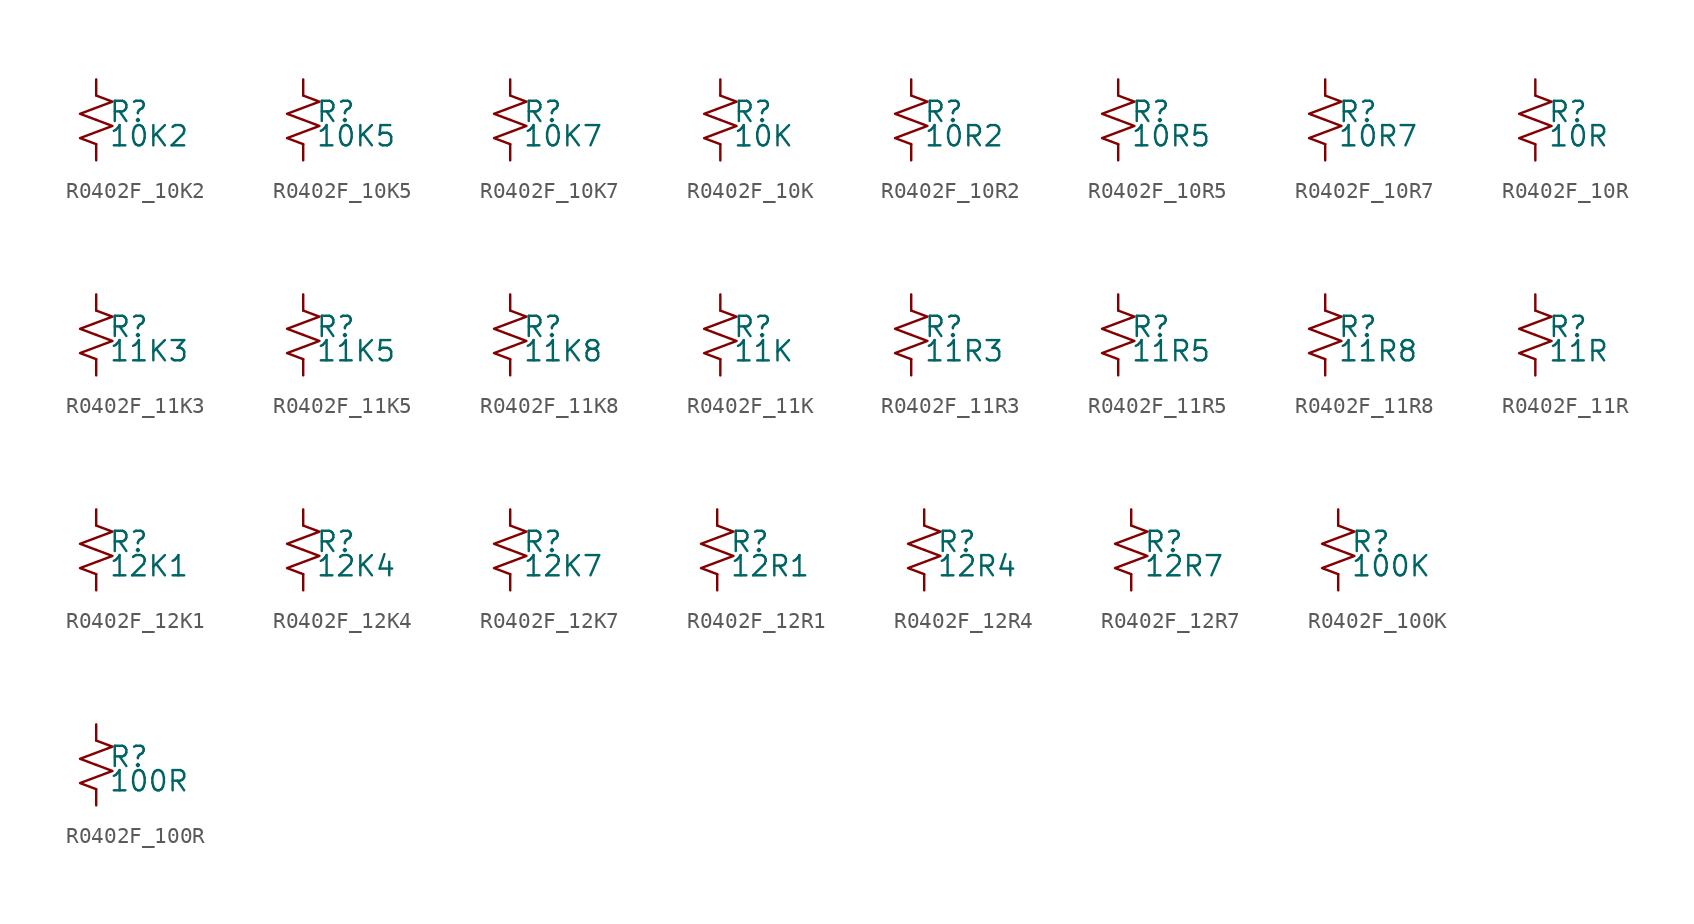
<source format=kicad_sym>
(kicad_symbol_lib
  (version 20220914)
  (generator kicad_symbol_editor)
  (symbol "R0402F_10K2"
    (pin_numbers hide)
    (pin_names
      (offset 0.254) hide)
    (property "Reference" "R"
      (at 0.762 0.508 0)
      (effects (font (size 1.27 1.27)) (justify left)))
    (property "Value" "10K2"
      (at 0.762 -1.016 0)
      (effects (font (size 1.27 1.27)) (justify left)))
    (symbol "R0402F_10K2_1_1"
      (polyline (pts (xy 0 0) (xy 1.016 -0.381) (xy 0 -0.762) (xy -1.016 -1.143) (xy 0 -1.524)) (stroke (width 0) (type default)) (fill (type none)))
      (polyline (pts (xy 0 1.524) (xy 1.016 1.143) (xy 0 0.762) (xy -1.016 0.381) (xy 0 0)) (stroke (width 0) (type default)) (fill (type none)))
      (pin passive line (at 0 2.54 270) (length 1.016) (name "~" (effects (font (size 1.27 1.27)))) (number "1" (effects (font (size 1.27 1.27)))))
      (pin passive line (at 0 -2.54 90) (length 1.016) (name "~" (effects (font (size 1.27 1.27)))) (number "2" (effects (font (size 1.27 1.27)))))))
  (symbol "R0402F_10K5"
    (pin_numbers hide)
    (pin_names
      (offset 0.254) hide)
    (property "Reference" "R"
      (at 0.762 0.508 0)
      (effects (font (size 1.27 1.27)) (justify left)))
    (property "Value" "10K5"
      (at 0.762 -1.016 0)
      (effects (font (size 1.27 1.27)) (justify left)))
    (symbol "R0402F_10K5_1_1"
      (polyline (pts (xy 0 0) (xy 1.016 -0.381) (xy 0 -0.762) (xy -1.016 -1.143) (xy 0 -1.524)) (stroke (width 0) (type default)) (fill (type none)))
      (polyline (pts (xy 0 1.524) (xy 1.016 1.143) (xy 0 0.762) (xy -1.016 0.381) (xy 0 0)) (stroke (width 0) (type default)) (fill (type none)))
      (pin passive line (at 0 2.54 270) (length 1.016) (name "~" (effects (font (size 1.27 1.27)))) (number "1" (effects (font (size 1.27 1.27)))))
      (pin passive line (at 0 -2.54 90) (length 1.016) (name "~" (effects (font (size 1.27 1.27)))) (number "2" (effects (font (size 1.27 1.27)))))))
  (symbol "R0402F_10K7"
    (pin_numbers hide)
    (pin_names
      (offset 0.254) hide)
    (property "Reference" "R"
      (at 0.762 0.508 0)
      (effects (font (size 1.27 1.27)) (justify left)))
    (property "Value" "10K7"
      (at 0.762 -1.016 0)
      (effects (font (size 1.27 1.27)) (justify left)))
    (symbol "R0402F_10K7_1_1"
      (polyline (pts (xy 0 0) (xy 1.016 -0.381) (xy 0 -0.762) (xy -1.016 -1.143) (xy 0 -1.524)) (stroke (width 0) (type default)) (fill (type none)))
      (polyline (pts (xy 0 1.524) (xy 1.016 1.143) (xy 0 0.762) (xy -1.016 0.381) (xy 0 0)) (stroke (width 0) (type default)) (fill (type none)))
      (pin passive line (at 0 2.54 270) (length 1.016) (name "~" (effects (font (size 1.27 1.27)))) (number "1" (effects (font (size 1.27 1.27)))))
      (pin passive line (at 0 -2.54 90) (length 1.016) (name "~" (effects (font (size 1.27 1.27)))) (number "2" (effects (font (size 1.27 1.27)))))))
  (symbol "R0402F_10K"
    (pin_numbers hide)
    (pin_names
      (offset 0.254) hide)
    (property "Reference" "R"
      (at 0.762 0.508 0)
      (effects (font (size 1.27 1.27)) (justify left)))
    (property "Value" "10K"
      (at 0.762 -1.016 0)
      (effects (font (size 1.27 1.27)) (justify left)))
    (symbol "R0402F_10K_1_1"
      (polyline (pts (xy 0 0) (xy 1.016 -0.381) (xy 0 -0.762) (xy -1.016 -1.143) (xy 0 -1.524)) (stroke (width 0) (type default)) (fill (type none)))
      (polyline (pts (xy 0 1.524) (xy 1.016 1.143) (xy 0 0.762) (xy -1.016 0.381) (xy 0 0)) (stroke (width 0) (type default)) (fill (type none)))
      (pin passive line (at 0 2.54 270) (length 1.016) (name "~" (effects (font (size 1.27 1.27)))) (number "1" (effects (font (size 1.27 1.27)))))
      (pin passive line (at 0 -2.54 90) (length 1.016) (name "~" (effects (font (size 1.27 1.27)))) (number "2" (effects (font (size 1.27 1.27)))))))
  (symbol "R0402F_10R2"
    (pin_numbers hide)
    (pin_names
      (offset 0.254) hide)
    (property "Reference" "R"
      (at 0.762 0.508 0)
      (effects (font (size 1.27 1.27)) (justify left)))
    (property "Value" "10R2"
      (at 0.762 -1.016 0)
      (effects (font (size 1.27 1.27)) (justify left)))
    (symbol "R0402F_10R2_1_1"
      (polyline (pts (xy 0 0) (xy 1.016 -0.381) (xy 0 -0.762) (xy -1.016 -1.143) (xy 0 -1.524)) (stroke (width 0) (type default)) (fill (type none)))
      (polyline (pts (xy 0 1.524) (xy 1.016 1.143) (xy 0 0.762) (xy -1.016 0.381) (xy 0 0)) (stroke (width 0) (type default)) (fill (type none)))
      (pin passive line (at 0 2.54 270) (length 1.016) (name "~" (effects (font (size 1.27 1.27)))) (number "1" (effects (font (size 1.27 1.27)))))
      (pin passive line (at 0 -2.54 90) (length 1.016) (name "~" (effects (font (size 1.27 1.27)))) (number "2" (effects (font (size 1.27 1.27)))))))
  (symbol "R0402F_10R5"
    (pin_numbers hide)
    (pin_names
      (offset 0.254) hide)
    (property "Reference" "R"
      (at 0.762 0.508 0)
      (effects (font (size 1.27 1.27)) (justify left)))
    (property "Value" "10R5"
      (at 0.762 -1.016 0)
      (effects (font (size 1.27 1.27)) (justify left)))
    (symbol "R0402F_10R5_1_1"
      (polyline (pts (xy 0 0) (xy 1.016 -0.381) (xy 0 -0.762) (xy -1.016 -1.143) (xy 0 -1.524)) (stroke (width 0) (type default)) (fill (type none)))
      (polyline (pts (xy 0 1.524) (xy 1.016 1.143) (xy 0 0.762) (xy -1.016 0.381) (xy 0 0)) (stroke (width 0) (type default)) (fill (type none)))
      (pin passive line (at 0 2.54 270) (length 1.016) (name "~" (effects (font (size 1.27 1.27)))) (number "1" (effects (font (size 1.27 1.27)))))
      (pin passive line (at 0 -2.54 90) (length 1.016) (name "~" (effects (font (size 1.27 1.27)))) (number "2" (effects (font (size 1.27 1.27)))))))
  (symbol "R0402F_10R7"
    (pin_numbers hide)
    (pin_names
      (offset 0.254) hide)
    (property "Reference" "R"
      (at 0.762 0.508 0)
      (effects (font (size 1.27 1.27)) (justify left)))
    (property "Value" "10R7"
      (at 0.762 -1.016 0)
      (effects (font (size 1.27 1.27)) (justify left)))
    (symbol "R0402F_10R7_1_1"
      (polyline (pts (xy 0 0) (xy 1.016 -0.381) (xy 0 -0.762) (xy -1.016 -1.143) (xy 0 -1.524)) (stroke (width 0) (type default)) (fill (type none)))
      (polyline (pts (xy 0 1.524) (xy 1.016 1.143) (xy 0 0.762) (xy -1.016 0.381) (xy 0 0)) (stroke (width 0) (type default)) (fill (type none)))
      (pin passive line (at 0 2.54 270) (length 1.016) (name "~" (effects (font (size 1.27 1.27)))) (number "1" (effects (font (size 1.27 1.27)))))
      (pin passive line (at 0 -2.54 90) (length 1.016) (name "~" (effects (font (size 1.27 1.27)))) (number "2" (effects (font (size 1.27 1.27)))))))
  (symbol "R0402F_10R"
    (pin_numbers hide)
    (pin_names
      (offset 0.254) hide)
    (property "Reference" "R"
      (at 0.762 0.508 0)
      (effects (font (size 1.27 1.27)) (justify left)))
    (property "Value" "10R"
      (at 0.762 -1.016 0)
      (effects (font (size 1.27 1.27)) (justify left)))
    (symbol "R0402F_10R_1_1"
      (polyline (pts (xy 0 0) (xy 1.016 -0.381) (xy 0 -0.762) (xy -1.016 -1.143) (xy 0 -1.524)) (stroke (width 0) (type default)) (fill (type none)))
      (polyline (pts (xy 0 1.524) (xy 1.016 1.143) (xy 0 0.762) (xy -1.016 0.381) (xy 0 0)) (stroke (width 0) (type default)) (fill (type none)))
      (pin passive line (at 0 2.54 270) (length 1.016) (name "~" (effects (font (size 1.27 1.27)))) (number "1" (effects (font (size 1.27 1.27)))))
      (pin passive line (at 0 -2.54 90) (length 1.016) (name "~" (effects (font (size 1.27 1.27)))) (number "2" (effects (font (size 1.27 1.27)))))))
  (symbol "R0402F_11K3"
    (pin_numbers hide)
    (pin_names
      (offset 0.254) hide)
    (property "Reference" "R"
      (at 0.762 0.508 0)
      (effects (font (size 1.27 1.27)) (justify left)))
    (property "Value" "11K3"
      (at 0.762 -1.016 0)
      (effects (font (size 1.27 1.27)) (justify left)))
    (symbol "R0402F_11K3_1_1"
      (polyline (pts (xy 0 0) (xy 1.016 -0.381) (xy 0 -0.762) (xy -1.016 -1.143) (xy 0 -1.524)) (stroke (width 0) (type default)) (fill (type none)))
      (polyline (pts (xy 0 1.524) (xy 1.016 1.143) (xy 0 0.762) (xy -1.016 0.381) (xy 0 0)) (stroke (width 0) (type default)) (fill (type none)))
      (pin passive line (at 0 2.54 270) (length 1.016) (name "~" (effects (font (size 1.27 1.27)))) (number "1" (effects (font (size 1.27 1.27)))))
      (pin passive line (at 0 -2.54 90) (length 1.016) (name "~" (effects (font (size 1.27 1.27)))) (number "2" (effects (font (size 1.27 1.27)))))))
  (symbol "R0402F_11K5"
    (pin_numbers hide)
    (pin_names
      (offset 0.254) hide)
    (property "Reference" "R"
      (at 0.762 0.508 0)
      (effects (font (size 1.27 1.27)) (justify left)))
    (property "Value" "11K5"
      (at 0.762 -1.016 0)
      (effects (font (size 1.27 1.27)) (justify left)))
    (symbol "R0402F_11K5_1_1"
      (polyline (pts (xy 0 0) (xy 1.016 -0.381) (xy 0 -0.762) (xy -1.016 -1.143) (xy 0 -1.524)) (stroke (width 0) (type default)) (fill (type none)))
      (polyline (pts (xy 0 1.524) (xy 1.016 1.143) (xy 0 0.762) (xy -1.016 0.381) (xy 0 0)) (stroke (width 0) (type default)) (fill (type none)))
      (pin passive line (at 0 2.54 270) (length 1.016) (name "~" (effects (font (size 1.27 1.27)))) (number "1" (effects (font (size 1.27 1.27)))))
      (pin passive line (at 0 -2.54 90) (length 1.016) (name "~" (effects (font (size 1.27 1.27)))) (number "2" (effects (font (size 1.27 1.27)))))))
  (symbol "R0402F_11K8"
    (pin_numbers hide)
    (pin_names
      (offset 0.254) hide)
    (property "Reference" "R"
      (at 0.762 0.508 0)
      (effects (font (size 1.27 1.27)) (justify left)))
    (property "Value" "11K8"
      (at 0.762 -1.016 0)
      (effects (font (size 1.27 1.27)) (justify left)))
    (symbol "R0402F_11K8_1_1"
      (polyline (pts (xy 0 0) (xy 1.016 -0.381) (xy 0 -0.762) (xy -1.016 -1.143) (xy 0 -1.524)) (stroke (width 0) (type default)) (fill (type none)))
      (polyline (pts (xy 0 1.524) (xy 1.016 1.143) (xy 0 0.762) (xy -1.016 0.381) (xy 0 0)) (stroke (width 0) (type default)) (fill (type none)))
      (pin passive line (at 0 2.54 270) (length 1.016) (name "~" (effects (font (size 1.27 1.27)))) (number "1" (effects (font (size 1.27 1.27)))))
      (pin passive line (at 0 -2.54 90) (length 1.016) (name "~" (effects (font (size 1.27 1.27)))) (number "2" (effects (font (size 1.27 1.27)))))))
  (symbol "R0402F_11K"
    (pin_numbers hide)
    (pin_names
      (offset 0.254) hide)
    (property "Reference" "R"
      (at 0.762 0.508 0)
      (effects (font (size 1.27 1.27)) (justify left)))
    (property "Value" "11K"
      (at 0.762 -1.016 0)
      (effects (font (size 1.27 1.27)) (justify left)))
    (symbol "R0402F_11K_1_1"
      (polyline (pts (xy 0 0) (xy 1.016 -0.381) (xy 0 -0.762) (xy -1.016 -1.143) (xy 0 -1.524)) (stroke (width 0) (type default)) (fill (type none)))
      (polyline (pts (xy 0 1.524) (xy 1.016 1.143) (xy 0 0.762) (xy -1.016 0.381) (xy 0 0)) (stroke (width 0) (type default)) (fill (type none)))
      (pin passive line (at 0 2.54 270) (length 1.016) (name "~" (effects (font (size 1.27 1.27)))) (number "1" (effects (font (size 1.27 1.27)))))
      (pin passive line (at 0 -2.54 90) (length 1.016) (name "~" (effects (font (size 1.27 1.27)))) (number "2" (effects (font (size 1.27 1.27)))))))
  (symbol "R0402F_11R3"
    (pin_numbers hide)
    (pin_names
      (offset 0.254) hide)
    (property "Reference" "R"
      (at 0.762 0.508 0)
      (effects (font (size 1.27 1.27)) (justify left)))
    (property "Value" "11R3"
      (at 0.762 -1.016 0)
      (effects (font (size 1.27 1.27)) (justify left)))
    (symbol "R0402F_11R3_1_1"
      (polyline (pts (xy 0 0) (xy 1.016 -0.381) (xy 0 -0.762) (xy -1.016 -1.143) (xy 0 -1.524)) (stroke (width 0) (type default)) (fill (type none)))
      (polyline (pts (xy 0 1.524) (xy 1.016 1.143) (xy 0 0.762) (xy -1.016 0.381) (xy 0 0)) (stroke (width 0) (type default)) (fill (type none)))
      (pin passive line (at 0 2.54 270) (length 1.016) (name "~" (effects (font (size 1.27 1.27)))) (number "1" (effects (font (size 1.27 1.27)))))
      (pin passive line (at 0 -2.54 90) (length 1.016) (name "~" (effects (font (size 1.27 1.27)))) (number "2" (effects (font (size 1.27 1.27)))))))
  (symbol "R0402F_11R5"
    (pin_numbers hide)
    (pin_names
      (offset 0.254) hide)
    (property "Reference" "R"
      (at 0.762 0.508 0)
      (effects (font (size 1.27 1.27)) (justify left)))
    (property "Value" "11R5"
      (at 0.762 -1.016 0)
      (effects (font (size 1.27 1.27)) (justify left)))
    (symbol "R0402F_11R5_1_1"
      (polyline (pts (xy 0 0) (xy 1.016 -0.381) (xy 0 -0.762) (xy -1.016 -1.143) (xy 0 -1.524)) (stroke (width 0) (type default)) (fill (type none)))
      (polyline (pts (xy 0 1.524) (xy 1.016 1.143) (xy 0 0.762) (xy -1.016 0.381) (xy 0 0)) (stroke (width 0) (type default)) (fill (type none)))
      (pin passive line (at 0 2.54 270) (length 1.016) (name "~" (effects (font (size 1.27 1.27)))) (number "1" (effects (font (size 1.27 1.27)))))
      (pin passive line (at 0 -2.54 90) (length 1.016) (name "~" (effects (font (size 1.27 1.27)))) (number "2" (effects (font (size 1.27 1.27)))))))
  (symbol "R0402F_11R8"
    (pin_numbers hide)
    (pin_names
      (offset 0.254) hide)
    (property "Reference" "R"
      (at 0.762 0.508 0)
      (effects (font (size 1.27 1.27)) (justify left)))
    (property "Value" "11R8"
      (at 0.762 -1.016 0)
      (effects (font (size 1.27 1.27)) (justify left)))
    (symbol "R0402F_11R8_1_1"
      (polyline (pts (xy 0 0) (xy 1.016 -0.381) (xy 0 -0.762) (xy -1.016 -1.143) (xy 0 -1.524)) (stroke (width 0) (type default)) (fill (type none)))
      (polyline (pts (xy 0 1.524) (xy 1.016 1.143) (xy 0 0.762) (xy -1.016 0.381) (xy 0 0)) (stroke (width 0) (type default)) (fill (type none)))
      (pin passive line (at 0 2.54 270) (length 1.016) (name "~" (effects (font (size 1.27 1.27)))) (number "1" (effects (font (size 1.27 1.27)))))
      (pin passive line (at 0 -2.54 90) (length 1.016) (name "~" (effects (font (size 1.27 1.27)))) (number "2" (effects (font (size 1.27 1.27)))))))
  (symbol "R0402F_11R"
    (pin_numbers hide)
    (pin_names
      (offset 0.254) hide)
    (property "Reference" "R"
      (at 0.762 0.508 0)
      (effects (font (size 1.27 1.27)) (justify left)))
    (property "Value" "11R"
      (at 0.762 -1.016 0)
      (effects (font (size 1.27 1.27)) (justify left)))
    (symbol "R0402F_11R_1_1"
      (polyline (pts (xy 0 0) (xy 1.016 -0.381) (xy 0 -0.762) (xy -1.016 -1.143) (xy 0 -1.524)) (stroke (width 0) (type default)) (fill (type none)))
      (polyline (pts (xy 0 1.524) (xy 1.016 1.143) (xy 0 0.762) (xy -1.016 0.381) (xy 0 0)) (stroke (width 0) (type default)) (fill (type none)))
      (pin passive line (at 0 2.54 270) (length 1.016) (name "~" (effects (font (size 1.27 1.27)))) (number "1" (effects (font (size 1.27 1.27)))))
      (pin passive line (at 0 -2.54 90) (length 1.016) (name "~" (effects (font (size 1.27 1.27)))) (number "2" (effects (font (size 1.27 1.27)))))))
  (symbol "R0402F_12K1"
    (pin_numbers hide)
    (pin_names
      (offset 0.254) hide)
    (property "Reference" "R"
      (at 0.762 0.508 0)
      (effects (font (size 1.27 1.27)) (justify left)))
    (property "Value" "12K1"
      (at 0.762 -1.016 0)
      (effects (font (size 1.27 1.27)) (justify left)))
    (symbol "R0402F_12K1_1_1"
      (polyline (pts (xy 0 0) (xy 1.016 -0.381) (xy 0 -0.762) (xy -1.016 -1.143) (xy 0 -1.524)) (stroke (width 0) (type default)) (fill (type none)))
      (polyline (pts (xy 0 1.524) (xy 1.016 1.143) (xy 0 0.762) (xy -1.016 0.381) (xy 0 0)) (stroke (width 0) (type default)) (fill (type none)))
      (pin passive line (at 0 2.54 270) (length 1.016) (name "~" (effects (font (size 1.27 1.27)))) (number "1" (effects (font (size 1.27 1.27)))))
      (pin passive line (at 0 -2.54 90) (length 1.016) (name "~" (effects (font (size 1.27 1.27)))) (number "2" (effects (font (size 1.27 1.27)))))))
  (symbol "R0402F_12K4"
    (pin_numbers hide)
    (pin_names
      (offset 0.254) hide)
    (property "Reference" "R"
      (at 0.762 0.508 0)
      (effects (font (size 1.27 1.27)) (justify left)))
    (property "Value" "12K4"
      (at 0.762 -1.016 0)
      (effects (font (size 1.27 1.27)) (justify left)))
    (symbol "R0402F_12K4_1_1"
      (polyline (pts (xy 0 0) (xy 1.016 -0.381) (xy 0 -0.762) (xy -1.016 -1.143) (xy 0 -1.524)) (stroke (width 0) (type default)) (fill (type none)))
      (polyline (pts (xy 0 1.524) (xy 1.016 1.143) (xy 0 0.762) (xy -1.016 0.381) (xy 0 0)) (stroke (width 0) (type default)) (fill (type none)))
      (pin passive line (at 0 2.54 270) (length 1.016) (name "~" (effects (font (size 1.27 1.27)))) (number "1" (effects (font (size 1.27 1.27)))))
      (pin passive line (at 0 -2.54 90) (length 1.016) (name "~" (effects (font (size 1.27 1.27)))) (number "2" (effects (font (size 1.27 1.27)))))))
  (symbol "R0402F_12K7"
    (pin_numbers hide)
    (pin_names
      (offset 0.254) hide)
    (property "Reference" "R"
      (at 0.762 0.508 0)
      (effects (font (size 1.27 1.27)) (justify left)))
    (property "Value" "12K7"
      (at 0.762 -1.016 0)
      (effects (font (size 1.27 1.27)) (justify left)))
    (symbol "R0402F_12K7_1_1"
      (polyline (pts (xy 0 0) (xy 1.016 -0.381) (xy 0 -0.762) (xy -1.016 -1.143) (xy 0 -1.524)) (stroke (width 0) (type default)) (fill (type none)))
      (polyline (pts (xy 0 1.524) (xy 1.016 1.143) (xy 0 0.762) (xy -1.016 0.381) (xy 0 0)) (stroke (width 0) (type default)) (fill (type none)))
      (pin passive line (at 0 2.54 270) (length 1.016) (name "~" (effects (font (size 1.27 1.27)))) (number "1" (effects (font (size 1.27 1.27)))))
      (pin passive line (at 0 -2.54 90) (length 1.016) (name "~" (effects (font (size 1.27 1.27)))) (number "2" (effects (font (size 1.27 1.27)))))))
  (symbol "R0402F_12R1"
    (pin_numbers hide)
    (pin_names
      (offset 0.254) hide)
    (property "Reference" "R"
      (at 0.762 0.508 0)
      (effects (font (size 1.27 1.27)) (justify left)))
    (property "Value" "12R1"
      (at 0.762 -1.016 0)
      (effects (font (size 1.27 1.27)) (justify left)))
    (symbol "R0402F_12R1_1_1"
      (polyline (pts (xy 0 0) (xy 1.016 -0.381) (xy 0 -0.762) (xy -1.016 -1.143) (xy 0 -1.524)) (stroke (width 0) (type default)) (fill (type none)))
      (polyline (pts (xy 0 1.524) (xy 1.016 1.143) (xy 0 0.762) (xy -1.016 0.381) (xy 0 0)) (stroke (width 0) (type default)) (fill (type none)))
      (pin passive line (at 0 2.54 270) (length 1.016) (name "~" (effects (font (size 1.27 1.27)))) (number "1" (effects (font (size 1.27 1.27)))))
      (pin passive line (at 0 -2.54 90) (length 1.016) (name "~" (effects (font (size 1.27 1.27)))) (number "2" (effects (font (size 1.27 1.27)))))))
  (symbol "R0402F_12R4"
    (pin_numbers hide)
    (pin_names
      (offset 0.254) hide)
    (property "Reference" "R"
      (at 0.762 0.508 0)
      (effects (font (size 1.27 1.27)) (justify left)))
    (property "Value" "12R4"
      (at 0.762 -1.016 0)
      (effects (font (size 1.27 1.27)) (justify left)))
    (symbol "R0402F_12R4_1_1"
      (polyline (pts (xy 0 0) (xy 1.016 -0.381) (xy 0 -0.762) (xy -1.016 -1.143) (xy 0 -1.524)) (stroke (width 0) (type default)) (fill (type none)))
      (polyline (pts (xy 0 1.524) (xy 1.016 1.143) (xy 0 0.762) (xy -1.016 0.381) (xy 0 0)) (stroke (width 0) (type default)) (fill (type none)))
      (pin passive line (at 0 2.54 270) (length 1.016) (name "~" (effects (font (size 1.27 1.27)))) (number "1" (effects (font (size 1.27 1.27)))))
      (pin passive line (at 0 -2.54 90) (length 1.016) (name "~" (effects (font (size 1.27 1.27)))) (number "2" (effects (font (size 1.27 1.27)))))))
  (symbol "R0402F_12R7"
    (pin_numbers hide)
    (pin_names
      (offset 0.254) hide)
    (property "Reference" "R"
      (at 0.762 0.508 0)
      (effects (font (size 1.27 1.27)) (justify left)))
    (property "Value" "12R7"
      (at 0.762 -1.016 0)
      (effects (font (size 1.27 1.27)) (justify left)))
    (symbol "R0402F_12R7_1_1"
      (polyline (pts (xy 0 0) (xy 1.016 -0.381) (xy 0 -0.762) (xy -1.016 -1.143) (xy 0 -1.524)) (stroke (width 0) (type default)) (fill (type none)))
      (polyline (pts (xy 0 1.524) (xy 1.016 1.143) (xy 0 0.762) (xy -1.016 0.381) (xy 0 0)) (stroke (width 0) (type default)) (fill (type none)))
      (pin passive line (at 0 2.54 270) (length 1.016) (name "~" (effects (font (size 1.27 1.27)))) (number "1" (effects (font (size 1.27 1.27)))))
      (pin passive line (at 0 -2.54 90) (length 1.016) (name "~" (effects (font (size 1.27 1.27)))) (number "2" (effects (font (size 1.27 1.27)))))))
  (symbol "R0402F_100K"
    (pin_numbers hide)
    (pin_names
      (offset 0.254) hide)
    (property "Reference" "R"
      (at 0.762 0.508 0)
      (effects (font (size 1.27 1.27)) (justify left)))
    (property "Value" "100K"
      (at 0.762 -1.016 0)
      (effects (font (size 1.27 1.27)) (justify left)))
    (symbol "R0402F_100K_1_1"
      (polyline (pts (xy 0 0) (xy 1.016 -0.381) (xy 0 -0.762) (xy -1.016 -1.143) (xy 0 -1.524)) (stroke (width 0) (type default)) (fill (type none)))
      (polyline (pts (xy 0 1.524) (xy 1.016 1.143) (xy 0 0.762) (xy -1.016 0.381) (xy 0 0)) (stroke (width 0) (type default)) (fill (type none)))
      (pin passive line (at 0 2.54 270) (length 1.016) (name "~" (effects (font (size 1.27 1.27)))) (number "1" (effects (font (size 1.27 1.27)))))
      (pin passive line (at 0 -2.54 90) (length 1.016) (name "~" (effects (font (size 1.27 1.27)))) (number "2" (effects (font (size 1.27 1.27)))))))
  (symbol "R0402F_100R"
    (pin_numbers hide)
    (pin_names
      (offset 0.254) hide)
    (property "Reference" "R"
      (at 0.762 0.508 0)
      (effects (font (size 1.27 1.27)) (justify left)))
    (property "Value" "100R"
      (at 0.762 -1.016 0)
      (effects (font (size 1.27 1.27)) (justify left)))
    (symbol "R0402F_100R_1_1"
      (polyline (pts (xy 0 0) (xy 1.016 -0.381) (xy 0 -0.762) (xy -1.016 -1.143) (xy 0 -1.524)) (stroke (width 0) (type default)) (fill (type none)))
      (polyline (pts (xy 0 1.524) (xy 1.016 1.143) (xy 0 0.762) (xy -1.016 0.381) (xy 0 0)) (stroke (width 0) (type default)) (fill (type none)))
      (pin passive line (at 0 2.54 270) (length 1.016) (name "~" (effects (font (size 1.27 1.27)))) (number "1" (effects (font (size 1.27 1.27)))))
      (pin passive line (at 0 -2.54 90) (length 1.016) (name "~" (effects (font (size 1.27 1.27)))) (number "2" (effects (font (size 1.27 1.27))))))))
</source>
